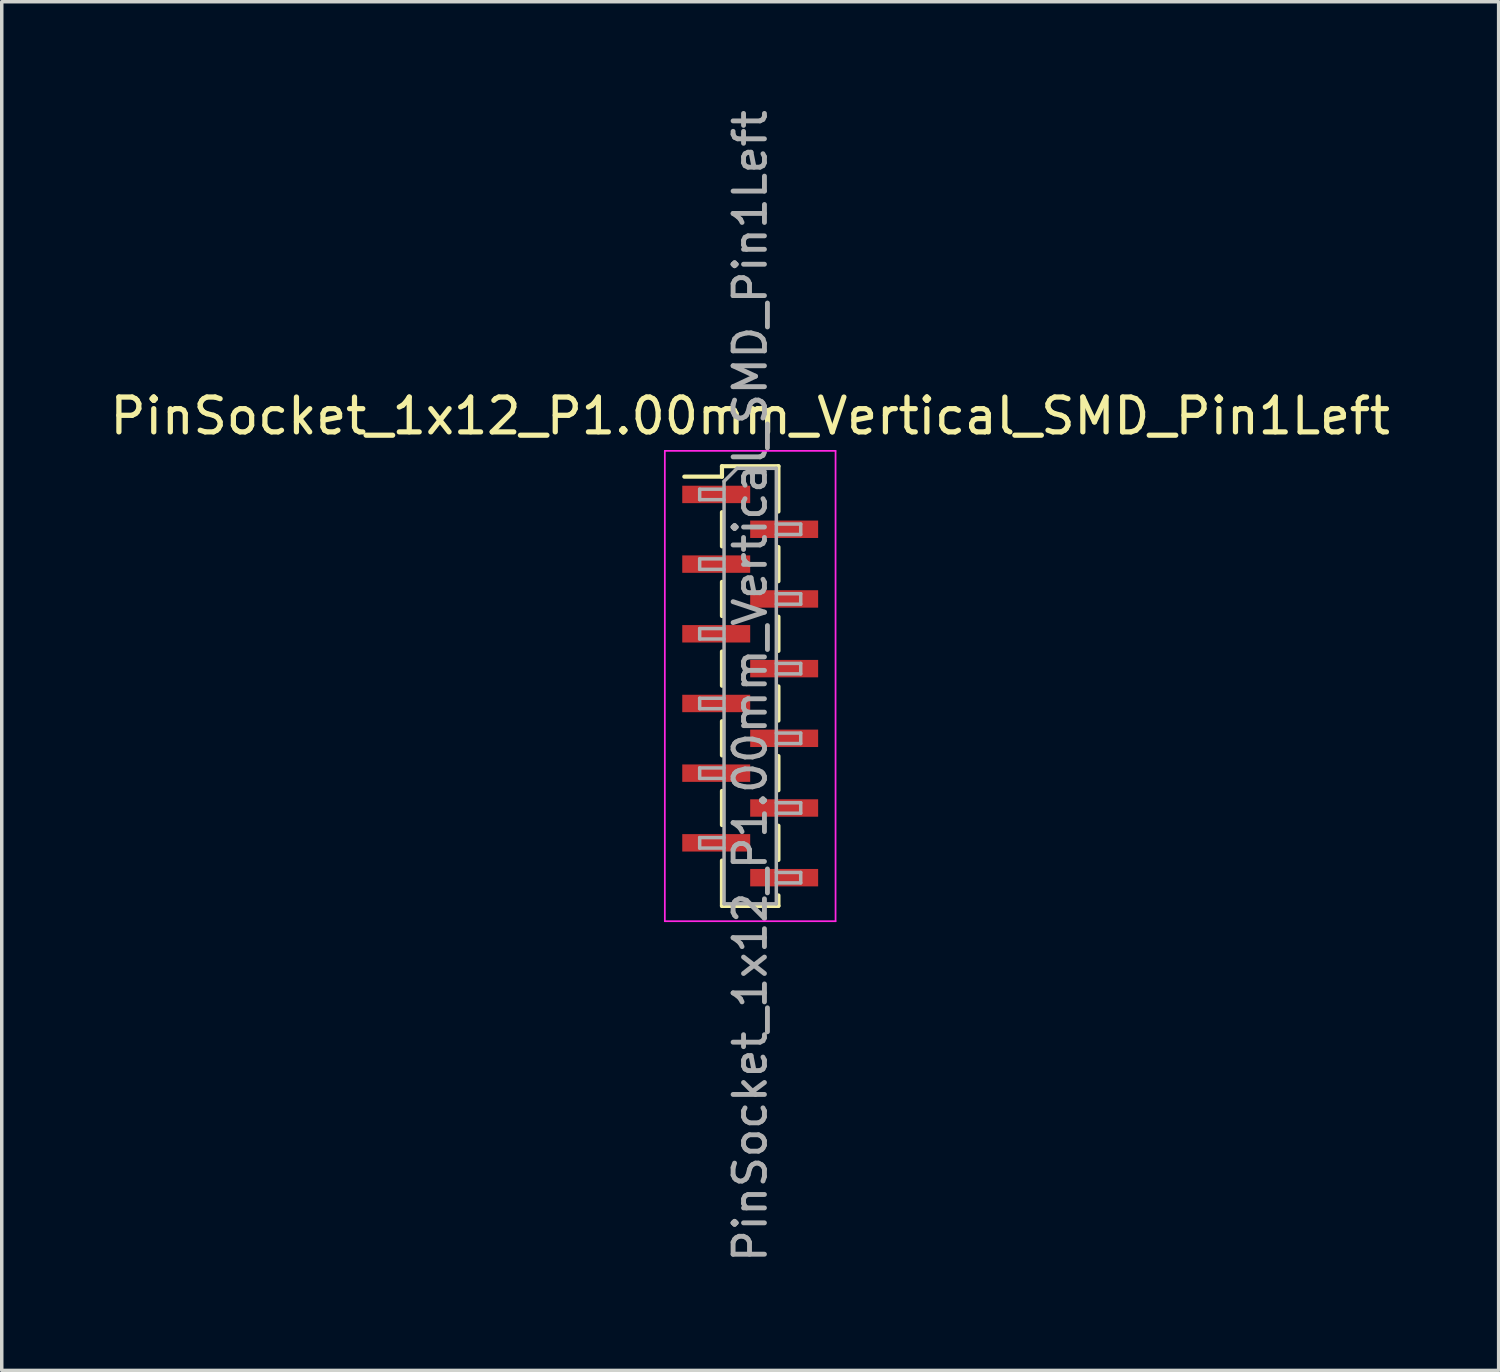
<source format=kicad_pcb>
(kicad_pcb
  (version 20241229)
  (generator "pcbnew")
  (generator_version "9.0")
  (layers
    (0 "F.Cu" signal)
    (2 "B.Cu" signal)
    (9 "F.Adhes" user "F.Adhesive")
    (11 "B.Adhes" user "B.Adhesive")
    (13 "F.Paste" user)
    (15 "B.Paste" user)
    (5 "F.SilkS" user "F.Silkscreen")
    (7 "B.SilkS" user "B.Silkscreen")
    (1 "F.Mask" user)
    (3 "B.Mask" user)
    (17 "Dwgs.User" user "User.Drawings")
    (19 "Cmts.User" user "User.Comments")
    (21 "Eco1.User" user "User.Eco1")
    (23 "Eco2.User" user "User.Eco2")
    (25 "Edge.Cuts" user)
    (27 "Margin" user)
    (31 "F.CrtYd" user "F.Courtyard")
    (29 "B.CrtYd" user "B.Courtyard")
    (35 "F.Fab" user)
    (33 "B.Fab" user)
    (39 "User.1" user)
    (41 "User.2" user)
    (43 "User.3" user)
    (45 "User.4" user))
  (footprint "PinSocket_1x12_P1.00mm_Vertical_SMD_Pin1Left"
    (layer "F.Cu")
    (at 18.482 16.641)
    (property "Reference" "PinSocket_1x12_P1.00mm_Vertical_SMD_Pin1Left" (at 0 -7.75 0) (layer "F.SilkS") (effects (font (size 1 1) (thickness 0.15))))
    (attr smd)
    (fp_line (start -1.89 -6.01) (end -0.81 -6.01) (stroke (width 0.12) (type solid)) (layer "F.SilkS"))
    (fp_line (start -0.81 -6.31) (end -0.81 -6.01) (stroke (width 0.12) (type solid)) (layer "F.SilkS"))
    (fp_line (start -0.81 -6.31) (end 0.81 -6.31) (stroke (width 0.12) (type solid)) (layer "F.SilkS"))
    (fp_line (start -0.81 -4.99) (end -0.81 -4.01) (stroke (width 0.12) (type solid)) (layer "F.SilkS"))
    (fp_line (start -0.81 -2.99) (end -0.81 -2.01) (stroke (width 0.12) (type solid)) (layer "F.SilkS"))
    (fp_line (start -0.81 -0.99) (end -0.81 -0.01) (stroke (width 0.12) (type solid)) (layer "F.SilkS"))
    (fp_line (start -0.81 1.01) (end -0.81 1.99) (stroke (width 0.12) (type solid)) (layer "F.SilkS"))
    (fp_line (start -0.81 3.01) (end -0.81 3.99) (stroke (width 0.12) (type solid)) (layer "F.SilkS"))
    (fp_line (start -0.81 5.01) (end -0.81 6.31) (stroke (width 0.12) (type solid)) (layer "F.SilkS"))
    (fp_line (start -0.81 6.31) (end 0.81 6.31) (stroke (width 0.12) (type solid)) (layer "F.SilkS"))
    (fp_line (start 0.81 -6.31) (end 0.81 -5.01) (stroke (width 0.12) (type solid)) (layer "F.SilkS"))
    (fp_line (start 0.81 -3.99) (end 0.81 -3.01) (stroke (width 0.12) (type solid)) (layer "F.SilkS"))
    (fp_line (start 0.81 -1.99) (end 0.81 -1.01) (stroke (width 0.12) (type solid)) (layer "F.SilkS"))
    (fp_line (start 0.81 0.01) (end 0.81 0.99) (stroke (width 0.12) (type solid)) (layer "F.SilkS"))
    (fp_line (start 0.81 2.01) (end 0.81 2.99) (stroke (width 0.12) (type solid)) (layer "F.SilkS"))
    (fp_line (start 0.81 4.01) (end 0.81 4.99) (stroke (width 0.12) (type solid)) (layer "F.SilkS"))
    (fp_line (start 0.81 6.01) (end 0.81 6.31) (stroke (width 0.12) (type solid)) (layer "F.SilkS"))
    (fp_line (start -2.45 -6.75) (end 2.45 -6.75) (stroke (width 0.05) (type solid)) (layer "F.CrtYd"))
    (fp_line (start -2.45 6.75) (end -2.45 -6.75) (stroke (width 0.05) (type solid)) (layer "F.CrtYd"))
    (fp_line (start 2.45 -6.75) (end 2.45 6.75) (stroke (width 0.05) (type solid)) (layer "F.CrtYd"))
    (fp_line (start 2.45 6.75) (end -2.45 6.75) (stroke (width 0.05) (type solid)) (layer "F.CrtYd"))
    (fp_line (start -1.45 -5.65) (end -0.75 -5.65) (stroke (width 0.1) (type solid)) (layer "F.Fab"))
    (fp_line (start -1.45 -5.35) (end -1.45 -5.65) (stroke (width 0.1) (type solid)) (layer "F.Fab"))
    (fp_line (start -1.45 -3.65) (end -0.75 -3.65) (stroke (width 0.1) (type solid)) (layer "F.Fab"))
    (fp_line (start -1.45 -3.35) (end -1.45 -3.65) (stroke (width 0.1) (type solid)) (layer "F.Fab"))
    (fp_line (start -1.45 -1.65) (end -0.75 -1.65) (stroke (width 0.1) (type solid)) (layer "F.Fab"))
    (fp_line (start -1.45 -1.35) (end -1.45 -1.65) (stroke (width 0.1) (type solid)) (layer "F.Fab"))
    (fp_line (start -1.45 0.35) (end -0.75 0.35) (stroke (width 0.1) (type solid)) (layer "F.Fab"))
    (fp_line (start -1.45 0.65) (end -1.45 0.35) (stroke (width 0.1) (type solid)) (layer "F.Fab"))
    (fp_line (start -1.45 2.35) (end -0.75 2.35) (stroke (width 0.1) (type solid)) (layer "F.Fab"))
    (fp_line (start -1.45 2.65) (end -1.45 2.35) (stroke (width 0.1) (type solid)) (layer "F.Fab"))
    (fp_line (start -1.45 4.35) (end -0.75 4.35) (stroke (width 0.1) (type solid)) (layer "F.Fab"))
    (fp_line (start -1.45 4.65) (end -1.45 4.35) (stroke (width 0.1) (type solid)) (layer "F.Fab"))
    (fp_line (start -0.75 -5.875) (end -0.375 -6.25) (stroke (width 0.1) (type solid)) (layer "F.Fab"))
    (fp_line (start -0.75 -5.35) (end -1.45 -5.35) (stroke (width 0.1) (type solid)) (layer "F.Fab"))
    (fp_line (start -0.75 -3.35) (end -1.45 -3.35) (stroke (width 0.1) (type solid)) (layer "F.Fab"))
    (fp_line (start -0.75 -1.35) (end -1.45 -1.35) (stroke (width 0.1) (type solid)) (layer "F.Fab"))
    (fp_line (start -0.75 0.65) (end -1.45 0.65) (stroke (width 0.1) (type solid)) (layer "F.Fab"))
    (fp_line (start -0.75 2.65) (end -1.45 2.65) (stroke (width 0.1) (type solid)) (layer "F.Fab"))
    (fp_line (start -0.75 4.65) (end -1.45 4.65) (stroke (width 0.1) (type solid)) (layer "F.Fab"))
    (fp_line (start -0.75 6.25) (end -0.75 -5.875) (stroke (width 0.1) (type solid)) (layer "F.Fab"))
    (fp_line (start -0.375 -6.25) (end 0.75 -6.25) (stroke (width 0.1) (type solid)) (layer "F.Fab"))
    (fp_line (start 0.75 -6.25) (end 0.75 6.25) (stroke (width 0.1) (type solid)) (layer "F.Fab"))
    (fp_line (start 0.75 -4.65) (end 1.45 -4.65) (stroke (width 0.1) (type solid)) (layer "F.Fab"))
    (fp_line (start 0.75 -2.65) (end 1.45 -2.65) (stroke (width 0.1) (type solid)) (layer "F.Fab"))
    (fp_line (start 0.75 -0.65) (end 1.45 -0.65) (stroke (width 0.1) (type solid)) (layer "F.Fab"))
    (fp_line (start 0.75 1.35) (end 1.45 1.35) (stroke (width 0.1) (type solid)) (layer "F.Fab"))
    (fp_line (start 0.75 3.35) (end 1.45 3.35) (stroke (width 0.1) (type solid)) (layer "F.Fab"))
    (fp_line (start 0.75 5.35) (end 1.45 5.35) (stroke (width 0.1) (type solid)) (layer "F.Fab"))
    (fp_line (start 0.75 6.25) (end -0.75 6.25) (stroke (width 0.1) (type solid)) (layer "F.Fab"))
    (fp_line (start 1.45 -4.65) (end 1.45 -4.35) (stroke (width 0.1) (type solid)) (layer "F.Fab"))
    (fp_line (start 1.45 -4.35) (end 0.75 -4.35) (stroke (width 0.1) (type solid)) (layer "F.Fab"))
    (fp_line (start 1.45 -2.65) (end 1.45 -2.35) (stroke (width 0.1) (type solid)) (layer "F.Fab"))
    (fp_line (start 1.45 -2.35) (end 0.75 -2.35) (stroke (width 0.1) (type solid)) (layer "F.Fab"))
    (fp_line (start 1.45 -0.65) (end 1.45 -0.35) (stroke (width 0.1) (type solid)) (layer "F.Fab"))
    (fp_line (start 1.45 -0.35) (end 0.75 -0.35) (stroke (width 0.1) (type solid)) (layer "F.Fab"))
    (fp_line (start 1.45 1.35) (end 1.45 1.65) (stroke (width 0.1) (type solid)) (layer "F.Fab"))
    (fp_line (start 1.45 1.65) (end 0.75 1.65) (stroke (width 0.1) (type solid)) (layer "F.Fab"))
    (fp_line (start 1.45 3.35) (end 1.45 3.65) (stroke (width 0.1) (type solid)) (layer "F.Fab"))
    (fp_line (start 1.45 3.65) (end 0.75 3.65) (stroke (width 0.1) (type solid)) (layer "F.Fab"))
    (fp_line (start 1.45 5.35) (end 1.45 5.65) (stroke (width 0.1) (type solid)) (layer "F.Fab"))
    (fp_line (start 1.45 5.65) (end 0.75 5.65) (stroke (width 0.1) (type solid)) (layer "F.Fab"))
    (fp_text user "${REFERENCE}" (at 0 0 90) (layer "F.Fab") (effects (font (size 0.9 0.9) (thickness 0.14))))
    (pad "1" smd rect (at -0.975 -5.5) (size 1.95 0.5) (layers "F.Cu" "F.Mask" "F.Paste"))
    (pad "2" smd rect (at 0.975 -4.5) (size 1.95 0.5) (layers "F.Cu" "F.Mask" "F.Paste"))
    (pad "3" smd rect (at -0.975 -3.5) (size 1.95 0.5) (layers "F.Cu" "F.Mask" "F.Paste"))
    (pad "4" smd rect (at 0.975 -2.5) (size 1.95 0.5) (layers "F.Cu" "F.Mask" "F.Paste"))
    (pad "5" smd rect (at -0.975 -1.5) (size 1.95 0.5) (layers "F.Cu" "F.Mask" "F.Paste"))
    (pad "6" smd rect (at 0.975 -0.5) (size 1.95 0.5) (layers "F.Cu" "F.Mask" "F.Paste"))
    (pad "7" smd rect (at -0.975 0.5) (size 1.95 0.5) (layers "F.Cu" "F.Mask" "F.Paste"))
    (pad "8" smd rect (at 0.975 1.5) (size 1.95 0.5) (layers "F.Cu" "F.Mask" "F.Paste"))
    (pad "9" smd rect (at -0.975 2.5) (size 1.95 0.5) (layers "F.Cu" "F.Mask" "F.Paste"))
    (pad "10" smd rect (at 0.975 3.5) (size 1.95 0.5) (layers "F.Cu" "F.Mask" "F.Paste"))
    (pad "11" smd rect (at -0.975 4.5) (size 1.95 0.5) (layers "F.Cu" "F.Mask" "F.Paste"))
    (pad "12" smd rect (at 0.975 5.5) (size 1.95 0.5) (layers "F.Cu" "F.Mask" "F.Paste")))
  (gr_rect
    (start -3 -3)
    (end 39.964 36.283)
    (stroke (width 0.1) (type default))
    (fill no)
    (layer "Edge.Cuts")))
</source>
